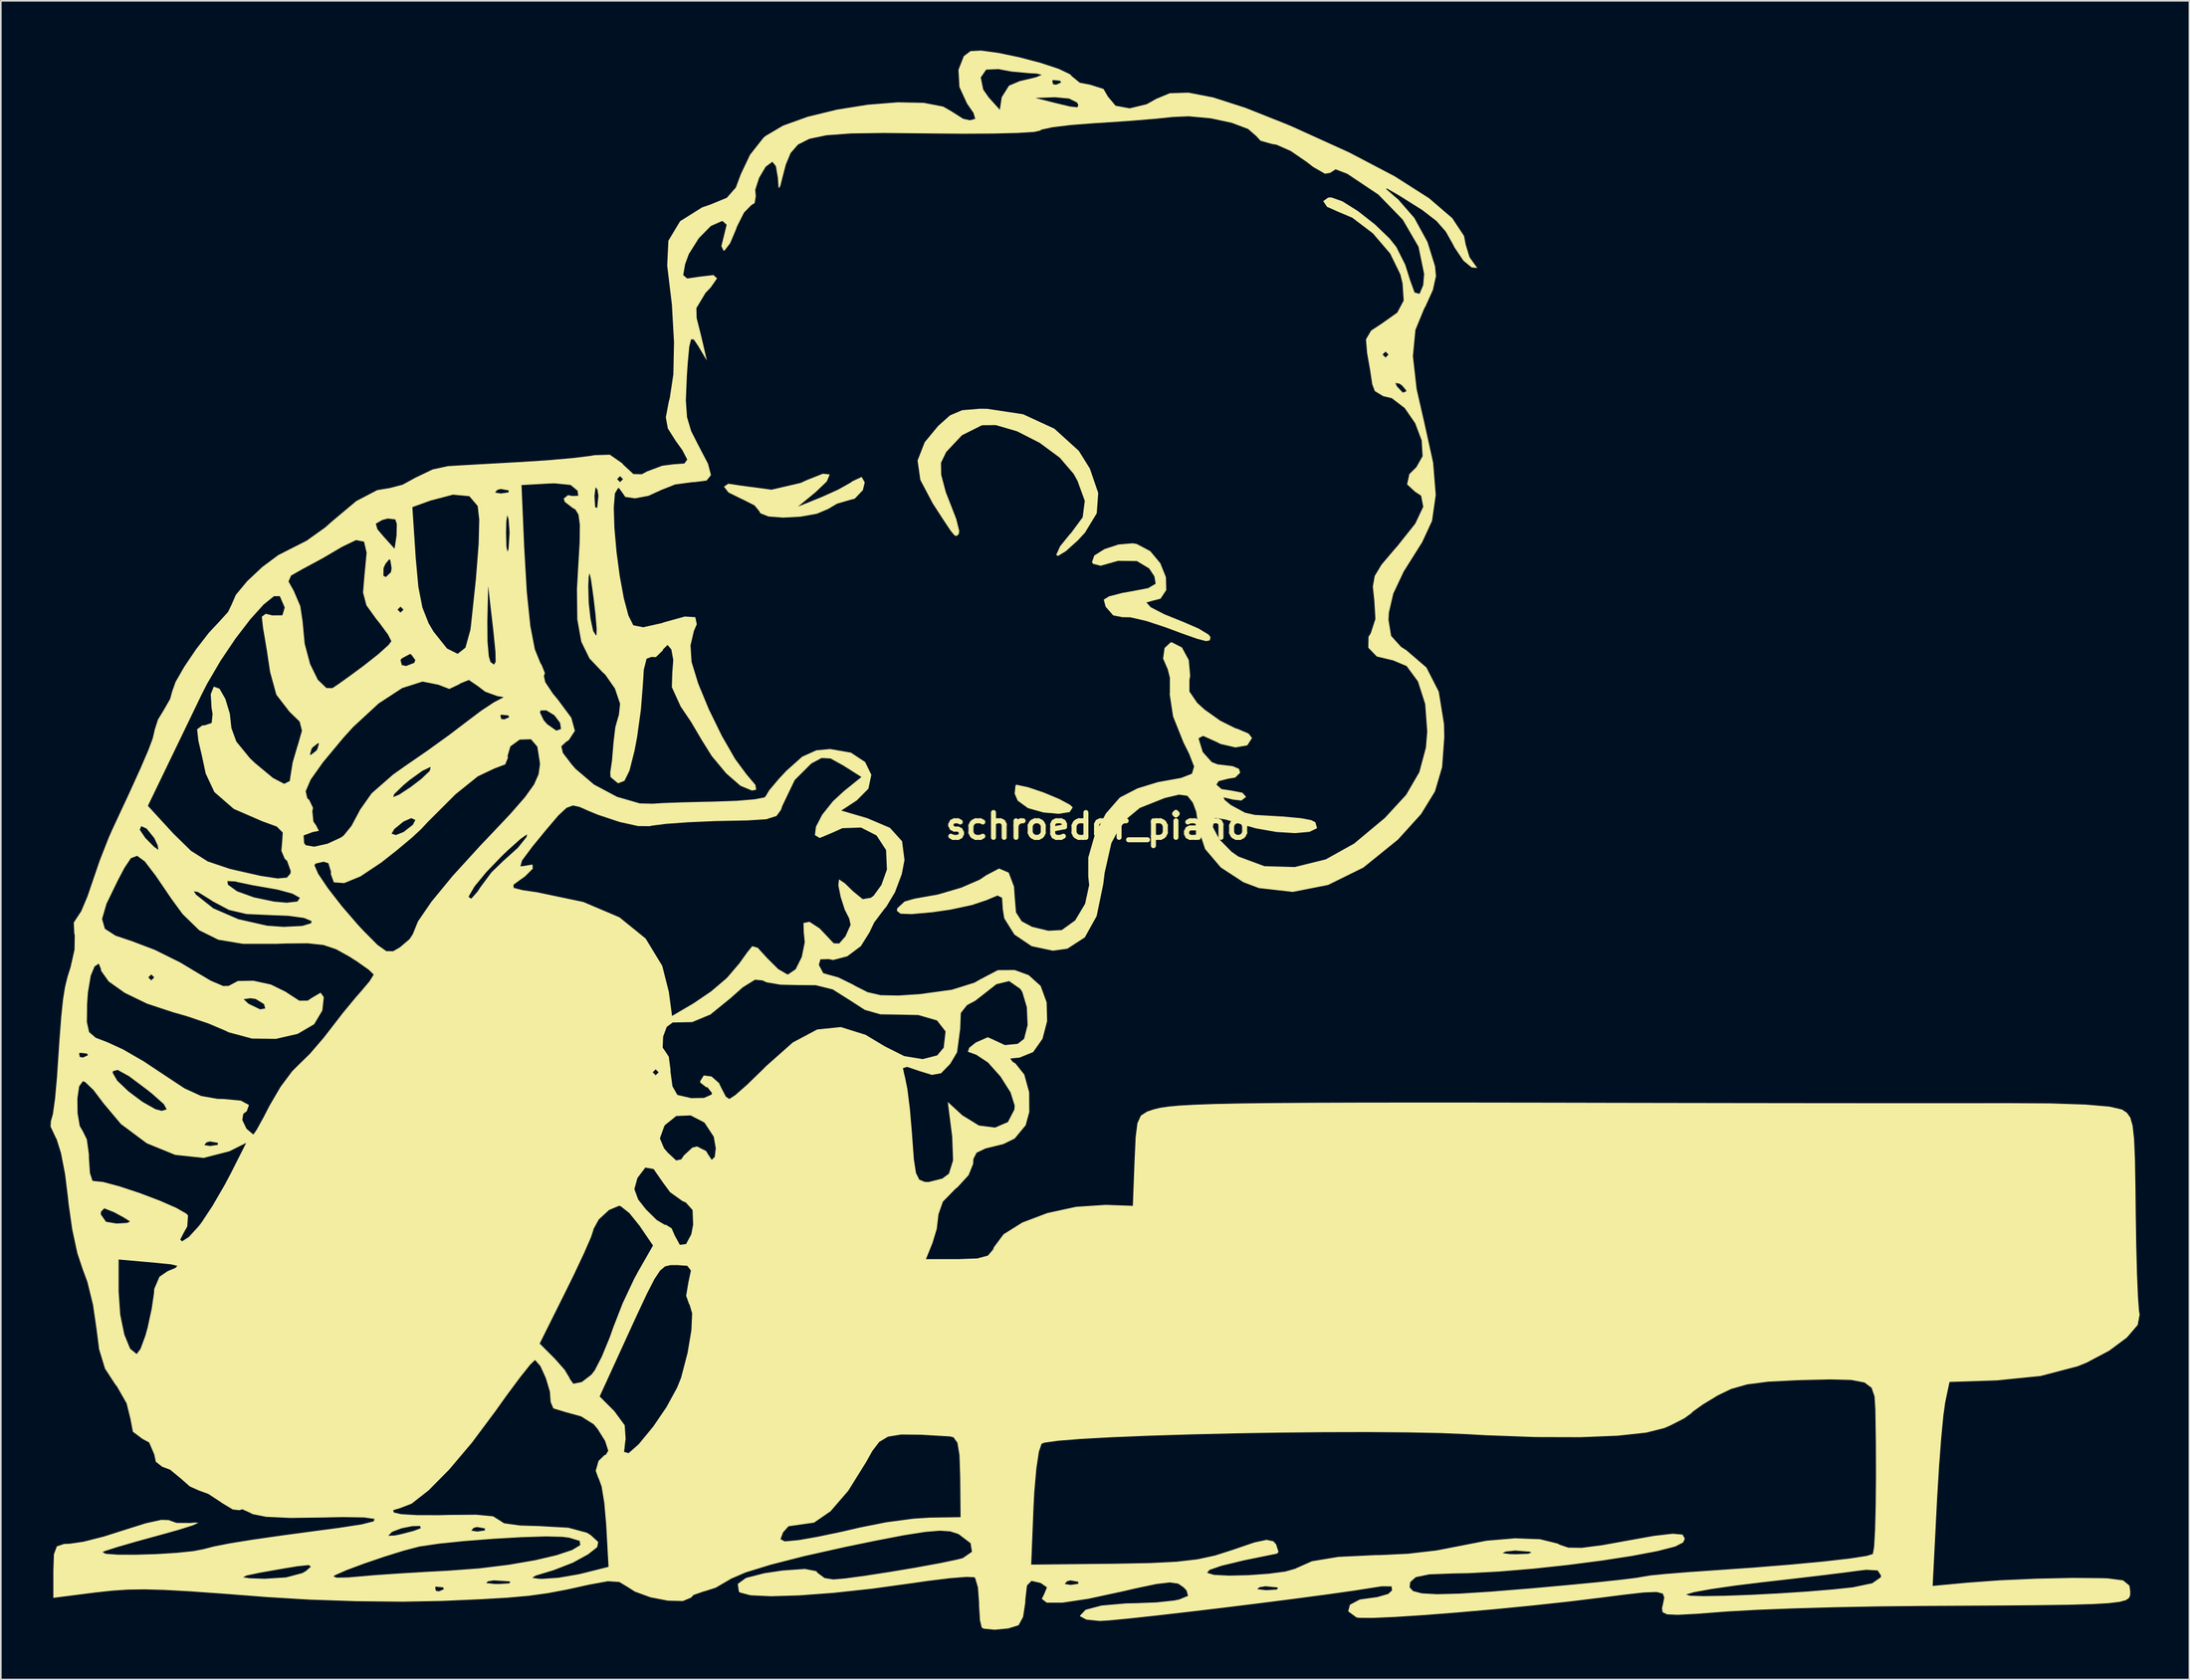
<source format=kicad_pcb>
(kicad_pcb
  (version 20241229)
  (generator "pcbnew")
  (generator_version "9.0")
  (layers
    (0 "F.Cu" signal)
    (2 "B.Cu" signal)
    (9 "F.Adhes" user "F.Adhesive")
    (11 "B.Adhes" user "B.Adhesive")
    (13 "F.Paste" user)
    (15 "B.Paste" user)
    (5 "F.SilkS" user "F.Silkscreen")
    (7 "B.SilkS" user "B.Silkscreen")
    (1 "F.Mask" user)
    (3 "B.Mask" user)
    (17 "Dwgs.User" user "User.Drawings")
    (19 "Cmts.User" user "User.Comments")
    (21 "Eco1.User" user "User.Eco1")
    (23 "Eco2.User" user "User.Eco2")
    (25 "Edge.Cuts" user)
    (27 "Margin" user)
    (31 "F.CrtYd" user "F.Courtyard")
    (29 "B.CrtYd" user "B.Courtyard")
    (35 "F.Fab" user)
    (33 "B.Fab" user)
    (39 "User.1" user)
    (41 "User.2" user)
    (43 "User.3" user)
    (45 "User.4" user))
  (footprint "schroeder_piano"
    (layer "F.Cu")
    (at 63.13 46.776)
    (property "Reference" "schroeder_piano" (at 0 0 0) (layer "F.SilkS") (effects (font (size 1.5 1.5) (thickness 0.3))))
    (attr board_only exclude_from_pos_files exclude_from_bom)
    (fp_poly (pts (xy -4.206 -2.348) (xy -3.255 -2.026) (xy -2.322 -1.636) (xy -1.665 -1.282) (xy -1.509 -1.129) (xy -1.696 -0.847) (xy -2.356 -0.744) (xy -3.268 -0.823) (xy -4.204 -1.084) (xy -4.826 -1.536) (xy -5.008 -1.956) (xy -4.961 -2.438) (xy -4.919 -2.499)) (stroke (width 0) (type solid)) (fill yes) (layer "F.SilkS"))
    (fp_poly (pts (xy -16.157 -21.211) (xy -16.335 -20.789) (xy -16.993 -20.158) (xy -18.066 -19.273) (xy -16.663 -19.84) (xy -15.659 -20.292) (xy -14.9 -20.717) (xy -14.776 -20.808) (xy -14.233 -21.06) (xy -14.047 -20.733) (xy -14.161 -20.264) (xy -14.649 -19.75) (xy -14.974 -19.665) (xy -15.715 -19.448) (xy -16.256 -19.128) (xy -16.931 -18.842) (xy -17.909 -18.666) (xy -18.958 -18.607) (xy -19.849 -18.675) (xy -20.351 -18.876) (xy -20.392 -18.979) (xy -20.693 -19.345) (xy -21.423 -19.715) (xy -21.465 -19.73) (xy -22.26 -20.122) (xy -22.534 -20.475) (xy -22.273 -20.652) (xy -21.554 -20.543) (xy -19.672 -20.291) (xy -17.907 -20.701) (xy -17.528 -20.876) (xy -16.567 -21.256)) (stroke (width 0) (type solid)) (fill yes) (layer "F.SilkS"))
    (fp_poly (pts (xy 2.347 -17.019) (xy 3.168 -16.584) (xy 3.773 -15.855) (xy 4.11 -15.014) (xy 4.131 -14.241) (xy 3.784 -13.717) (xy 3.303 -13.594) (xy 2.935 -13.491) (xy 3.191 -13.205) (xy 4.014 -12.778) (xy 5.098 -12.341) (xy 6.067 -11.924) (xy 6.683 -11.553) (xy 6.797 -11.399) (xy 6.754 -11.203) (xy 6.532 -11.159) (xy 5.999 -11.296) (xy 5.018 -11.643) (xy 4.115 -11.981) (xy 2.925 -12.374) (xy 1.963 -12.595) (xy 1.485 -12.602) (xy 0.934 -12.709) (xy 0.475 -13.233) (xy 0.363 -13.662) (xy 0.678 -13.856) (xy 1.481 -14.065) (xy 1.968 -14.15) (xy 3.039 -14.354) (xy 3.491 -14.62) (xy 3.416 -15.064) (xy 3.099 -15.543) (xy 2.362 -15.986) (xy 1.228 -16.001) (xy 0.179 -15.705) (xy -0.282 -15.821) (xy -0.348 -15.92) (xy -0.209 -16.321) (xy 0.404 -16.708) (xy 1.253 -16.987) (xy 2.104 -17.058)) (stroke (width 0) (type solid)) (fill yes) (layer "F.SilkS"))
    (fp_poly (pts (xy -6.674 -25.17) (xy -4.502 -24.842) (xy -2.615 -23.971) (xy -1.142 -22.635) (xy -0.475 -21.565) (xy 0.029 -20.093) (xy -0.059 -18.87) (xy -0.773 -17.696) (xy -1.207 -17.228) (xy -1.928 -16.58) (xy -2.399 -16.295) (xy -2.504 -16.357) (xy -2.27 -16.877) (xy -1.698 -17.586) (xy -1.61 -17.676) (xy -0.908 -18.628) (xy -0.781 -19.62) (xy -1.222 -20.829) (xy -1.459 -21.253) (xy -2.294 -22.226) (xy -3.503 -23.119) (xy -4.861 -23.812) (xy -6.145 -24.188) (xy -6.981 -24.179) (xy -8.186 -23.576) (xy -9.136 -22.566) (xy -9.451 -21.916) (xy -9.439 -21.197) (xy -9.16 -20.139) (xy -8.919 -19.526) (xy -8.532 -18.53) (xy -8.354 -17.821) (xy -8.377 -17.619) (xy -8.499 -17.502) (xy -8.631 -17.531) (xy -8.871 -17.822) (xy -9.319 -18.494) (xy -9.944 -19.46) (xy -10.695 -20.88) (xy -10.862 -22.051) (xy -10.432 -23.154) (xy -9.621 -24.136) (xy -8.905 -24.775) (xy -8.174 -25.085) (xy -7.13 -25.173)) (stroke (width 0) (type solid)) (fill yes) (layer "F.SilkS"))
    (fp_poly (pts (xy -5.978 -46.633) (xy -4.708 -46.366) (xy -3.428 -46.028) (xy -2.346 -45.67) (xy -1.666 -45.343) (xy -1.544 -45.213) (xy -1.08 -44.834) (xy -0.465 -44.718) (xy 0.347 -44.461) (xy 0.612 -44.003) (xy 1.073 -43.449) (xy 1.924 -43.291) (xy 2.949 -43.539) (xy 3.522 -43.861) (xy 4.345 -44.203) (xy 5.465 -44.238) (xy 6.958 -43.95) (xy 8.899 -43.324) (xy 11.364 -42.344) (xy 11.78 -42.167) (xy 15.166 -40.628) (xy 17.901 -39.193) (xy 19.973 -37.871) (xy 21.371 -36.669) (xy 22.084 -35.593) (xy 22.18 -35.082) (xy 22.414 -34.312) (xy 22.627 -34.013) (xy 22.881 -33.667) (xy 22.563 -33.691) (xy 22.538 -33.699) (xy 22.045 -34.105) (xy 21.506 -34.907) (xy 21.399 -35.118) (xy 20.977 -35.866) (xy 20.42 -36.498) (xy 19.57 -37.154) (xy 18.271 -37.972) (xy 17.977 -38.148) (xy 17.423 -38.464) (xy 17.389 -38.423) (xy 17.89 -37.984) (xy 18.114 -37.797) (xy 19.086 -36.681) (xy 19.879 -35.23) (xy 20.336 -33.761) (xy 20.39 -33.174) (xy 20.206 -32.34) (xy 19.755 -31.342) (xy 19.675 -31.205) (xy 19.151 -29.925) (xy 19.001 -28.346) (xy 19.225 -26.355) (xy 19.684 -24.351) (xy 20.22 -21.918) (xy 20.377 -19.977) (xy 20.154 -18.411) (xy 19.548 -17.103) (xy 19.501 -17.033) (xy 18.444 -15.353) (xy 17.817 -14.021) (xy 17.551 -12.875) (xy 17.53 -12.437) (xy 17.686 -11.476) (xy 18.284 -10.814) (xy 18.605 -10.609) (xy 19.813 -9.57) (xy 20.558 -8.112) (xy 20.875 -6.157) (xy 20.892 -5.366) (xy 20.762 -3.564) (xy 20.329 -2.093) (xy 19.491 -0.726) (xy 18.143 0.763) (xy 18.065 0.839) (xy 16.016 2.497) (xy 13.888 3.547) (xy 11.761 3.967) (xy 9.717 3.736) (xy 8.783 3.383) (xy 7.419 2.492) (xy 6.474 1.381) (xy 6.085 0.214) (xy 6.082 0.107) (xy 5.935 -0.871) (xy 5.729 -1.422) (xy 5.406 -1.829) (xy 4.902 -1.9) (xy 4.029 -1.692) (xy 2.534 -1.096) (xy 1.495 -0.235) (xy 0.821 1.022) (xy 0.418 2.805) (xy 0.33 3.507) (xy -0.065 5.423) (xy -0.78 6.711) (xy -1.83 7.39) (xy -2.697 7.513) (xy -3.98 7.243) (xy -5.023 6.54) (xy -5.637 5.56) (xy -5.724 5.01) (xy -5.769 4.321) (xy -6.042 4.185) (xy -6.708 4.466) (xy -7.594 4.761) (xy -8.878 5.036) (xy -9.971 5.194) (xy -11.22 5.306) (xy -11.891 5.281) (xy -12.109 5.107) (xy -12.089 4.959) (xy -11.646 4.548) (xy -11.062 4.378) (xy -9.636 4.124) (xy -8.232 3.712) (xy -7.118 3.23) (xy -6.721 2.962) (xy -5.949 2.556) (xy -5.368 2.803) (xy -5.048 3.648) (xy -5.008 4.238) (xy -4.929 5.202) (xy -4.585 5.739) (xy -3.962 6.071) (xy -2.978 6.31) (xy -2.169 6.268) (xy -1.361 5.686) (xy -0.762 4.683) (xy -0.517 3.551) (xy -0.572 3.028) (xy -0.571 1.893) (xy -0.181 0.536) (xy 0.484 -0.755) (xy 1.306 -1.697) (xy 1.381 -1.753) (xy 2.401 -2.278) (xy 3.618 -2.652) (xy 3.768 -2.68) (xy 5.029 -2.908) (xy 5.678 -3.161) (xy 5.809 -3.593) (xy 5.512 -4.36) (xy 5.173 -5.037) (xy 4.542 -6.614) (xy 4.34 -7.939) (xy 4.347 -8.066) (xy 4.348 -8.955) (xy 4.21 -9.501) (xy 4.193 -9.521) (xy 3.94 -10.105) (xy 4.028 -10.742) (xy 4.397 -11.085) (xy 4.459 -11.09) (xy 5.075 -10.778) (xy 5.487 -10.015) (xy 5.572 -9.063) (xy 5.528 -8.825) (xy 5.527 -8.12) (xy 5.996 -7.434) (xy 6.442 -7.029) (xy 7.387 -6.358) (xy 8.287 -5.909) (xy 8.435 -5.864) (xy 9.091 -5.584) (xy 9.301 -5.316) (xy 9.014 -4.874) (xy 8.305 -4.747) (xy 7.407 -4.955) (xy 7.095 -5.109) (xy 6.354 -5.444) (xy 6.089 -5.307) (xy 6.087 -5.26) (xy 6.33 -4.471) (xy 6.873 -3.863) (xy 7.229 -3.725) (xy 8.13 -3.619) (xy 8.515 -3.455) (xy 8.586 -3.22) (xy 8.286 -2.929) (xy 7.87 -2.862) (xy 7.289 -2.712) (xy 7.155 -2.504) (xy 7.461 -2.235) (xy 8.049 -2.146) (xy 8.721 -2.016) (xy 8.944 -1.765) (xy 8.656 -1.543) (xy 8.139 -1.604) (xy 7.584 -1.736) (xy 7.645 -1.585) (xy 8.028 -1.271) (xy 8.875 -0.813) (xy 9.459 -0.678) (xy 11.149 -0.58) (xy 12.245 -0.48) (xy 12.867 -0.364) (xy 13.119 -0.236) (xy 13.222 0.124) (xy 12.767 0.344) (xy 11.904 0.422) (xy 10.776 0.353) (xy 9.531 0.134) (xy 8.613 -0.129) (xy 7.699 -0.4) (xy 7.113 -0.492) (xy 7.028 -0.47) (xy 6.943 0.06) (xy 7.331 0.796) (xy 8.07 1.546) (xy 8.477 1.832) (xy 10.056 2.416) (xy 11.881 2.466) (xy 13.746 2.005) (xy 15.448 1.056) (xy 15.467 1.042) (xy 17.316 -0.5) (xy 18.594 -1.889) (xy 19.388 -3.255) (xy 19.783 -4.731) (xy 19.864 -5.706) (xy 19.741 -7.366) (xy 19.305 -8.727) (xy 18.622 -9.655) (xy 17.761 -10.016) (xy 17.717 -10.017) (xy 16.823 -10.233) (xy 16.312 -10.762) (xy 16.325 -11.424) (xy 16.458 -11.629) (xy 16.74 -12.494) (xy 16.672 -13.624) (xy 16.584 -14.446) (xy 16.698 -15.087) (xy 17.108 -15.77) (xy 17.908 -16.714) (xy 18.058 -16.88) (xy 19.147 -18.251) (xy 19.624 -19.265) (xy 19.494 -19.931) (xy 19.139 -20.163) (xy 18.65 -20.612) (xy 18.786 -21.231) (xy 19.209 -21.65) (xy 19.584 -22.315) (xy 19.529 -23.265) (xy 19.139 -24.298) (xy 18.507 -25.214) (xy 17.728 -25.811) (xy 17.213 -25.931) (xy 16.706 -26.237) (xy 16.548 -26.652) (xy 16.537 -26.728) (xy 17.945 -26.728) (xy 18.032 -26.529) (xy 18.392 -26.144) (xy 18.599 -26.223) (xy 18.603 -26.273) (xy 18.349 -26.576) (xy 18.19 -26.686) (xy 17.945 -26.728) (xy 16.537 -26.728) (xy 16.419 -27.518) (xy 16.255 -28.441) (xy 17.172 -28.441) (xy 17.351 -28.262) (xy 17.53 -28.441) (xy 17.351 -28.62) (xy 17.172 -28.441) (xy 16.255 -28.441) (xy 16.24 -28.524) (xy 16.171 -29.358) (xy 16.483 -29.888) (xy 17.127 -30.313) (xy 18.057 -30.971) (xy 18.444 -31.698) (xy 18.377 -32.73) (xy 18.244 -33.276) (xy 17.628 -34.537) (xy 16.585 -35.754) (xy 15.351 -36.692) (xy 14.482 -37.06) (xy 13.819 -37.355) (xy 13.595 -37.696) (xy 13.891 -37.908) (xy 14.077 -37.921) (xy 14.746 -37.686) (xy 15.695 -37.089) (xy 16.713 -36.288) (xy 17.592 -35.443) (xy 18 -34.931) (xy 18.536 -33.864) (xy 18.834 -32.917) (xy 19.101 -32.184) (xy 19.399 -32.103) (xy 19.622 -32.626) (xy 19.676 -33.306) (xy 19.339 -34.943) (xy 18.389 -36.578) (xy 16.92 -38.089) (xy 15.042 -39.345) (xy 14.34 -39.614) (xy 14.033 -39.415) (xy 14.028 -39.402) (xy 13.699 -39.349) (xy 12.994 -39.752) (xy 12.588 -40.066) (xy 11.642 -40.716) (xy 10.778 -41.098) (xy 10.51 -41.141) (xy 9.811 -41.339) (xy 9.549 -41.627) (xy 9.063 -42.048) (xy 8.078 -42.419) (xy 6.812 -42.69) (xy 5.481 -42.812) (xy 4.52 -42.77) (xy 3.47 -42.661) (xy 1.978 -42.539) (xy 0.319 -42.425) (xy -0.179 -42.396) (xy -1.61 -42.287) (xy -2.735 -42.15) (xy -3.39 -42.008) (xy -3.488 -41.945) (xy -3.856 -41.866) (xy -4.827 -41.807) (xy -6.288 -41.771) (xy -8.127 -41.76) (xy -10.231 -41.778) (xy -10.285 -41.779) (xy -12.899 -41.805) (xy -14.892 -41.777) (xy -16.357 -41.668) (xy -17.387 -41.453) (xy -18.076 -41.103) (xy -18.518 -40.594) (xy -18.806 -39.899) (xy -18.956 -39.326) (xy -19.148 -38.572) (xy -19.238 -38.478) (xy -19.279 -39.008) (xy -19.282 -39.084) (xy -19.402 -39.799) (xy -19.616 -40.068) (xy -20.019 -39.772) (xy -20.415 -39.101) (xy -20.648 -38.381) (xy -20.615 -37.993) (xy -20.684 -37.58) (xy -20.894 -37.447) (xy -21.326 -37.005) (xy -21.749 -36.162) (xy -21.814 -35.979) (xy -22.164 -35.153) (xy -22.496 -34.72) (xy -22.557 -34.701) (xy -22.689 -34.984) (xy -22.538 -35.596) (xy -22.372 -36.272) (xy -22.613 -36.488) (xy -22.663 -36.49) (xy -23.326 -36.194) (xy -24.053 -35.456) (xy -24.652 -34.503) (xy -24.875 -33.898) (xy -24.991 -33.232) (xy -24.752 -33.03) (xy -24.007 -33.138) (xy -23.168 -33.236) (xy -22.952 -33.035) (xy -23.339 -32.481) (xy -23.642 -32.166) (xy -24.197 -31.243) (xy -24.182 -30.646) (xy -23.932 -29.657) (xy -23.771 -28.977) (xy -23.566 -28.083) (xy -24.082 -28.95) (xy -24.346 -29.343) (xy -24.515 -29.365) (xy -24.627 -28.919) (xy -24.72 -27.905) (xy -24.77 -27.161) (xy -24.833 -25.686) (xy -24.76 -24.66) (xy -24.51 -23.821) (xy -24.098 -23.011) (xy -23.496 -21.856) (xy -23.318 -21.173) (xy -23.58 -20.843) (xy -24.3 -20.75) (xy -24.426 -20.749) (xy -25.481 -20.606) (xy -26.304 -20.279) (xy -27.089 -19.92) (xy -27.902 -19.77) (xy -28.486 -19.856) (xy -28.62 -20.056) (xy -28.86 -20.385) (xy -28.917 -20.392) (xy -29.109 -20.069) (xy -29.177 -19.211) (xy -29.139 -17.983) (xy -29.013 -16.553) (xy -28.818 -15.085) (xy -28.572 -13.746) (xy -28.294 -12.702) (xy -28.002 -12.118) (xy -27.999 -12.115) (xy -27.403 -11.995) (xy -26.296 -12.242) (xy -26.105 -12.306) (xy -24.892 -12.642) (xy -24.26 -12.602) (xy -24.174 -12.173) (xy -24.35 -11.763) (xy -24.551 -10.898) (xy -24.487 -9.906) (xy -24.092 -8.612) (xy -23.445 -7.045) (xy -22.664 -5.447) (xy -21.866 -4.057) (xy -21.182 -3.13) (xy -20.636 -2.484) (xy -20.594 -2.195) (xy -20.847 -2.146) (xy -21.537 -2.433) (xy -22.399 -3.182) (xy -23.267 -4.225) (xy -23.869 -5.187) (xy -24.517 -6.287) (xy -25.147 -7.22) (xy -25.675 -8.38) (xy -25.652 -9.205) (xy -25.591 -10.029) (xy -25.708 -10.659) (xy -25.933 -10.928) (xy -26.198 -10.67) (xy -26.231 -10.59) (xy -26.639 -10.195) (xy -26.907 -10.205) (xy -27.2 -10.098) (xy -27.366 -9.436) (xy -27.424 -8.513) (xy -27.54 -7.041) (xy -27.77 -5.376) (xy -27.924 -4.558) (xy -28.23 -3.348) (xy -28.534 -2.731) (xy -28.897 -2.591) (xy -28.94 -2.599) (xy -29.373 -2.962) (xy -29.39 -3.241) (xy -29.286 -3.939) (xy -29.202 -4.936) (xy -29.198 -5.009) (xy -29.082 -5.976) (xy -28.891 -6.645) (xy -28.872 -6.678) (xy -28.797 -7.379) (xy -29.106 -8.296) (xy -29.687 -9.131) (xy -29.858 -9.29) (xy -30.641 -10.114) (xy -31.135 -11.123) (xy -31.375 -12.463) (xy -31.397 -14.279) (xy -31.385 -14.489) (xy -30.714 -14.489) (xy -30.689 -13.481) (xy -30.579 -12.506) (xy -30.422 -11.775) (xy -30.252 -11.504) (xy -30.219 -11.523) (xy -30.209 -11.903) (xy -30.282 -12.787) (xy -30.397 -13.773) (xy -30.546 -14.85) (xy -30.638 -15.255) (xy -30.691 -15.027) (xy -30.714 -14.489) (xy -31.385 -14.489) (xy -31.332 -15.46) (xy -31.235 -17.105) (xy -31.222 -18.172) (xy -31.306 -18.793) (xy -31.496 -19.101) (xy -31.644 -19.183) (xy -32.128 -19.553) (xy -32.197 -19.753) (xy -32.07 -19.855) (xy -30.339 -19.855) (xy -30.3 -19.244) (xy -30.188 -19.19) (xy -30.174 -19.222) (xy -30.103 -19.932) (xy -30.161 -20.295) (xy -30.274 -20.441) (xy -30.336 -19.966) (xy -30.339 -19.855) (xy -32.07 -19.855) (xy -31.937 -19.963) (xy -31.679 -19.911) (xy -31.316 -19.927) (xy -31.36 -20.231) (xy -31.782 -20.578) (xy -32.75 -20.675) (xy -33.149 -20.66) (xy -34.739 -20.57) (xy -34.577 -16.814) (xy -34.42 -14.11) (xy -34.208 -12.074) (xy -33.935 -10.659) (xy -33.594 -9.821) (xy -33.535 -9.74) (xy -33.329 -9.231) (xy -33.39 -9.062) (xy -33.311 -8.689) (xy -32.855 -8) (xy -32.547 -7.628) (xy -31.737 -6.536) (xy -31.523 -5.747) (xy -31.891 -5.185) (xy -32.055 -5.081) (xy -32.339 -4.816) (xy -32.246 -4.418) (xy -31.718 -3.726) (xy -31.486 -3.458) (xy -30.369 -2.508) (xy -28.984 -1.77) (xy -27.606 -1.37) (xy -26.831 -1.352) (xy -26.244 -1.391) (xy -25.143 -1.432) (xy -23.728 -1.467) (xy -23.164 -1.478) (xy -21.768 -1.527) (xy -20.692 -1.617) (xy -20.1 -1.73) (xy -20.034 -1.783) (xy -19.804 -2.164) (xy -19.218 -2.86) (xy -18.764 -3.344) (xy -17.82 -4.187) (xy -16.967 -4.573) (xy -16.137 -4.651) (xy -14.878 -4.432) (xy -14.025 -3.868) (xy -13.65 -3.098) (xy -13.825 -2.26) (xy -14.528 -1.551) (xy -15.461 -0.94) (xy -13.902 -0.483) (xy -12.526 0.102) (xy -11.796 0.912) (xy -11.651 2.043) (xy -11.814 2.893) (xy -12.224 3.985) (xy -12.749 4.864) (xy -12.862 4.992) (xy -13.478 5.81) (xy -13.765 6.414) (xy -14.282 7.238) (xy -15.101 7.85) (xy -15.951 8.073) (xy -16.227 8.019) (xy -16.72 8.034) (xy -16.814 8.369) (xy -16.548 8.867) (xy -16.286 8.944) (xy -15.647 9.12) (xy -14.758 9.555) (xy -14.6 9.648) (xy -13.874 10.015) (xy -13.091 10.195) (xy -12.02 10.216) (xy -10.745 10.133) (xy -8.795 9.867) (xy -7.436 9.442) (xy -7.1 9.25) (xy -6.022 8.685) (xy -5.007 8.679) (xy -4.163 8.987) (xy -3.443 9.637) (xy -3.081 10.628) (xy -3.051 11.758) (xy -3.33 12.825) (xy -3.894 13.627) (xy -4.719 13.962) (xy -4.749 13.963) (xy -5.274 14.014) (xy -5.139 14.206) (xy -4.96 14.316) (xy -4.428 14.983) (xy -4.135 16.052) (xy -4.127 17.234) (xy -4.345 18.038) (xy -5.008 18.842) (xy -5.696 19.178) (xy -6.766 19.44) (xy -7.307 19.699) (xy -7.495 20.071) (xy -7.513 20.37) (xy -7.784 21.046) (xy -8.449 21.773) (xy -8.577 21.872) (xy -9.336 22.649) (xy -9.601 23.404) (xy -9.705 24.291) (xy -9.959 25.132) (xy -10.357 26.115) (xy -8.422 26.115) (xy -7.261 26.073) (xy -6.622 25.902) (xy -6.313 25.54) (xy -6.259 25.394) (xy -5.676 24.614) (xy -4.545 23.906) (xy -3.034 23.334) (xy -1.308 22.959) (xy 0.464 22.843) (xy 0.611 22.847) (xy 2.116 22.9) (xy 2.221 20.15) (xy 2.285 18.761) (xy 2.391 17.92) (xy 2.6 17.46) (xy 2.979 17.214) (xy 3.399 17.075) (xy 3.755 16.989) (xy 4.251 16.915) (xy 4.934 16.853) (xy 5.856 16.801) (xy 7.064 16.758) (xy 8.61 16.725) (xy 10.541 16.701) (xy 12.908 16.684) (xy 15.76 16.674) (xy 19.146 16.67) (xy 23.117 16.672) (xy 27.721 16.679) (xy 31.124 16.687) (xy 34.849 16.694) (xy 38.576 16.7) (xy 42.199 16.705) (xy 45.611 16.708) (xy 48.707 16.71) (xy 51.38 16.71) (xy 53.524 16.708) (xy 54.735 16.705) (xy 57.465 16.722) (xy 59.56 16.793) (xy 60.996 16.916) (xy 61.744 17.09) (xy 61.759 17.097) (xy 62.045 17.288) (xy 62.25 17.576) (xy 62.39 18.073) (xy 62.479 18.889) (xy 62.532 20.134) (xy 62.563 21.919) (xy 62.577 23.249) (xy 62.607 25.23) (xy 62.653 26.974) (xy 62.71 28.351) (xy 62.773 29.226) (xy 62.812 29.457) (xy 62.697 30.082) (xy 62.041 30.846) (xy 60.974 31.639) (xy 59.625 32.353) (xy 59.081 32.575) (xy 56.846 33.162) (xy 54.209 33.428) (xy 54.206 33.428) (xy 51.351 33.522) (xy 51.094 34.738) (xy 50.981 35.544) (xy 50.852 36.89) (xy 50.722 38.602) (xy 50.606 40.505) (xy 50.586 40.889) (xy 50.334 45.824) (xy 52.445 45.627) (xy 54.394 45.485) (xy 56.598 45.387) (xy 58.757 45.341) (xy 60.571 45.357) (xy 60.906 45.37) (xy 61.814 45.489) (xy 62.195 45.802) (xy 62.248 46.149) (xy 62.243 46.366) (xy 62.181 46.541) (xy 61.992 46.679) (xy 61.607 46.785) (xy 60.955 46.864) (xy 59.968 46.92) (xy 58.574 46.96) (xy 56.705 46.987) (xy 54.291 47.007) (xy 51.261 47.024) (xy 49.727 47.032) (xy 47.1 47.059) (xy 44.441 47.11) (xy 41.927 47.181) (xy 39.736 47.266) (xy 38.046 47.36) (xy 37.776 47.379) (xy 36.07 47.509) (xy 34.96 47.567) (xy 34.326 47.539) (xy 34.052 47.41) (xy 34.019 47.166) (xy 34.076 46.917) (xy 34.154 46.525) (xy 34.086 46.345) (xy 35.476 46.345) (xy 35.717 46.417) (xy 36.533 46.44) (xy 37.781 46.42) (xy 39.324 46.364) (xy 41.02 46.277) (xy 42.731 46.166) (xy 44.315 46.036) (xy 45.523 45.909) (xy 46.692 45.663) (xy 47.203 45.305) (xy 47.223 45.205) (xy 47.022 44.892) (xy 46.332 44.851) (xy 45.881 44.905) (xy 44.998 45.022) (xy 43.599 45.193) (xy 41.881 45.396) (xy 40.126 45.596) (xy 38.421 45.805) (xy 36.982 46.014) (xy 35.954 46.199) (xy 35.484 46.338) (xy 35.476 46.345) (xy 34.086 46.345) (xy 34.064 46.287) (xy 33.689 46.189) (xy 32.915 46.219) (xy 31.625 46.366) (xy 30.408 46.523) (xy 28.418 46.766) (xy 26.229 47.003) (xy 23.964 47.225) (xy 21.744 47.42) (xy 19.691 47.581) (xy 17.928 47.695) (xy 16.576 47.755) (xy 15.758 47.749) (xy 15.596 47.723) (xy 15.1 47.356) (xy 15.202 46.961) (xy 15.797 46.644) (xy 16.779 46.507) (xy 16.822 46.507) (xy 17.514 46.307) (xy 17.743 46.093) (xy 17.713 45.853) (xy 17.121 45.847) (xy 16.601 45.927) (xy 15.505 46.1) (xy 13.925 46.324) (xy 11.997 46.581) (xy 9.856 46.855) (xy 7.635 47.13) (xy 5.471 47.388) (xy 3.497 47.615) (xy 1.85 47.793) (xy 0.663 47.906) (xy 0.119 47.938) (xy -0.684 47.855) (xy -1.068 47.652) (xy -1.073 47.622) (xy -0.733 47.263) (xy 0.225 47.008) (xy 1.709 46.877) (xy 2.325 46.865) (xy 3.549 46.817) (xy 4.587 46.707) (xy 4.906 46.643) (xy 5.444 46.422) (xy 5.351 46.094) (xy 5.277 46.015) (xy 9.61 46.015) (xy 10.085 46.077) (xy 10.196 46.08) (xy 10.807 46.041) (xy 10.861 45.929) (xy 10.829 45.915) (xy 10.118 45.844) (xy 9.755 45.901) (xy 9.61 46.015) (xy 5.277 46.015) (xy 5.184 45.916) (xy 4.849 45.686) (xy 4.35 45.614) (xy 3.533 45.709) (xy 2.242 45.981) (xy 1.591 46.134) (xy -0.569 46.6) (xy -2.131 46.835) (xy -3.073 46.835) (xy -3.373 46.602) (xy -3.254 46.37) (xy -3.061 45.91) (xy -3.354 45.706) (xy -1.991 45.706) (xy -1.64 45.763) (xy -1.176 45.698) (xy -1.17 45.575) (xy -1.649 45.49) (xy -1.856 45.547) (xy -1.991 45.706) (xy -3.354 45.706) (xy -3.441 45.646) (xy -3.996 45.52) (xy -4.267 45.8) (xy -4.363 46.628) (xy -4.371 46.841) (xy -4.502 47.697) (xy -4.773 48.193) (xy -4.777 48.195) (xy -5.4 48.389) (xy -6.225 48.466) (xy -6.874 48.402) (xy -6.993 48.338) (xy -7.098 47.909) (xy -7.153 47.051) (xy -7.155 46.826) (xy -7.223 45.908) (xy -7.391 45.349) (xy -7.437 45.302) (xy -7.892 45.278) (xy -8.882 45.356) (xy -10.239 45.521) (xy -11.104 45.646) (xy -13.6 45.991) (xy -15.934 46.243) (xy -18.003 46.396) (xy -19.702 46.447) (xy -20.929 46.39) (xy -21.578 46.219) (xy -21.637 46.16) (xy -21.7 45.701) (xy -21.207 45.343) (xy -20.098 45.058) (xy -19.007 44.896) (xy -17.656 44.8) (xy -16.972 44.933) (xy -16.886 45.041) (xy -16.469 45.35) (xy -15.937 45.434) (xy -15.216 45.371) (xy -14.005 45.208) (xy -12.515 44.977) (xy -10.958 44.716) (xy -9.994 44.539) (xy -4.011 44.539) (xy 0.988 44.486) (xy 3.146 44.446) (xy 4.763 44.364) (xy 6.014 44.219) (xy 7.073 43.99) (xy 8.116 43.657) (xy 8.213 43.622) (xy 9.444 43.202) (xy 10.18 43.045) (xy 10.586 43.132) (xy 10.753 43.317) (xy 10.898 43.773) (xy 10.81 43.874) (xy 8.799 44.285) (xy 7.455 44.61) (xy 6.736 44.859) (xy 6.592 45.033) (xy 7.014 45.159) (xy 7.922 45.203) (xy 9.091 45.176) (xy 10.296 45.09) (xy 11.314 44.956) (xy 11.919 44.785) (xy 11.956 44.761) (xy 12.913 44.336) (xy 14.505 44.072) (xy 16.763 43.965) (xy 17.045 43.963) (xy 18.716 43.882) (xy 19.045 43.844) (xy 24.401 43.844) (xy 24.831 43.903) (xy 25.221 43.913) (xy 25.957 43.884) (xy 26.147 43.803) (xy 26.03 43.757) (xy 25.171 43.69) (xy 24.599 43.75) (xy 24.401 43.844) (xy 19.045 43.844) (xy 20.425 43.685) (xy 21.689 43.439) (xy 23.439 43.097) (xy 25.166 42.952) (xy 26.664 43.008) (xy 27.724 43.269) (xy 27.858 43.342) (xy 28.368 43.515) (xy 29.18 43.526) (xy 30.435 43.364) (xy 31.801 43.116) (xy 33.542 42.804) (xy 34.668 42.675) (xy 35.259 42.731) (xy 35.392 42.975) (xy 35.29 43.203) (xy 34.818 43.446) (xy 33.761 43.72) (xy 32.249 44.008) (xy 30.409 44.293) (xy 28.371 44.558) (xy 26.264 44.785) (xy 24.216 44.956) (xy 22.357 45.056) (xy 21.414 45.073) (xy 19.995 45.126) (xy 19.173 45.295) (xy 18.84 45.591) (xy 18.801 45.907) (xy 19.009 46.134) (xy 19.532 46.272) (xy 20.439 46.324) (xy 21.799 46.29) (xy 23.68 46.171) (xy 26.152 45.97) (xy 28.438 45.764) (xy 30.113 45.603) (xy 31.514 45.454) (xy 32.494 45.334) (xy 32.909 45.26) (xy 32.91 45.259) (xy 33.321 45.192) (xy 34.289 45.097) (xy 35.657 44.988) (xy 36.848 44.906) (xy 39.451 44.725) (xy 41.796 44.536) (xy 43.791 44.348) (xy 45.341 44.171) (xy 46.354 44.015) (xy 46.728 43.901) (xy 46.804 43.481) (xy 46.862 42.472) (xy 46.901 41) (xy 46.918 39.193) (xy 46.911 37.175) (xy 46.88 35.17) (xy 46.832 34.396) (xy 46.652 33.872) (xy 46.224 33.555) (xy 45.432 33.402) (xy 44.161 33.37) (xy 42.295 33.413) (xy 42.214 33.416) (xy 40.428 33.505) (xy 39.15 33.67) (xy 38.175 33.949) (xy 37.385 34.331) (xy 36.488 34.875) (xy 35.886 35.305) (xy 35.775 35.418) (xy 35.359 35.718) (xy 34.531 36.14) (xy 34.165 36.301) (xy 33.062 36.58) (xy 31.343 36.765) (xy 29.098 36.855) (xy 26.422 36.847) (xy 23.406 36.737) (xy 22.359 36.678) (xy 20.707 36.607) (xy 18.643 36.564) (xy 16.263 36.546) (xy 13.666 36.552) (xy 10.949 36.579) (xy 8.21 36.625) (xy 5.547 36.689) (xy 3.057 36.767) (xy 0.839 36.858) (xy -1.011 36.959) (xy -2.394 37.069) (xy -3.212 37.184) (xy -3.386 37.249) (xy -3.548 37.728) (xy -3.701 38.748) (xy -3.823 40.138) (xy -3.871 41.057) (xy -4.011 44.539) (xy -9.994 44.539) (xy -9.544 44.457) (xy -8.487 44.237) (xy -8.139 44.147) (xy -7.583 43.765) (xy -7.667 43.247) (xy -8.364 42.717) (xy -8.449 42.676) (xy -8.9 42.534) (xy -9.516 42.493) (xy -10.408 42.567) (xy -11.686 42.768) (xy -13.462 43.111) (xy -15.289 43.489) (xy -17.727 44.035) (xy -19.736 44.55) (xy -21.226 45.01) (xy -22.112 45.39) (xy -22.192 45.442) (xy -23.031 45.931) (xy -23.708 46.149) (xy -23.735 46.149) (xy -24.369 46.37) (xy -24.521 46.532) (xy -25.014 46.736) (xy -25.914 46.714) (xy -26.963 46.511) (xy -27.903 46.168) (xy -28.334 45.892) (xy -28.845 45.585) (xy -29.538 45.542) (xy -30.659 45.747) (xy -32.008 46.045) (xy -33.16 46.262) (xy -34.297 46.419) (xy -35.599 46.535) (xy -37.248 46.63) (xy -39.423 46.725) (xy -39.531 46.73) (xy -41.918 46.775) (xy -44.689 46.746) (xy -47.516 46.651) (xy -50.073 46.497) (xy -50.085 46.496) (xy -52.686 46.295) (xy -54.701 46.152) (xy -56.256 46.066) (xy -57.479 46.032) (xy -58.496 46.048) (xy -59.434 46.112) (xy -60.419 46.219) (xy -60.727 46.258) (xy -62.963 46.543) (xy -62.963 45.911) (xy -39.948 45.911) (xy -39.899 46.123) (xy -39.71 46.149) (xy -39.415 46.018) (xy -39.471 45.911) (xy -39.896 45.868) (xy -39.948 45.911) (xy -62.963 45.911) (xy -62.963 45.649) (xy -36.87 45.649) (xy -36.375 45.705) (xy -36.132 45.709) (xy -35.482 45.671) (xy -35.405 45.578) (xy -35.506 45.545) (xy -36.414 45.489) (xy -36.758 45.545) (xy -36.87 45.649) (xy -62.963 45.649) (xy -62.963 45.303) (xy -51.523 45.303) (xy -51.138 45.361) (xy -50.242 45.392) (xy -48.947 45.313) (xy -48.696 45.247) (xy -46.082 45.247) (xy -45.885 45.327) (xy -45.168 45.311) (xy -44.69 45.269) (xy -43.66 45.18) (xy -42.149 45.076) (xy -40.391 44.971) (xy -39.194 44.908) (xy -37.282 44.767) (xy -35.496 44.547) (xy -33.916 44.274) (xy -32.621 43.97) (xy -31.689 43.659) (xy -31.199 43.364) (xy -31.23 43.109) (xy -31.861 42.916) (xy -32.287 42.863) (xy -33.263 42.839) (xy -34.722 42.884) (xy -36.437 42.982) (xy -38.181 43.118) (xy -39.726 43.276) (xy -40.844 43.441) (xy -40.932 43.458) (xy -41.841 43.697) (xy -43.014 44.062) (xy -44.236 44.479) (xy -45.291 44.873) (xy -45.965 45.17) (xy -46.082 45.247) (xy -48.696 45.247) (xy -47.958 45.052) (xy -47.745 44.931) (xy -47.436 44.661) (xy -47.566 44.567) (xy -48.233 44.636) (xy -49.018 44.764) (xy -50.505 45.026) (xy -51.326 45.198) (xy -51.523 45.303) (xy -62.963 45.303) (xy -62.963 44.915) (xy -62.93 43.916) (xy -62.753 43.44) (xy -62.316 43.291) (xy -61.98 43.28) (xy -61.146 43.158) (xy -59.915 42.845) (xy -58.581 42.42) (xy -57.375 42.041) (xy -56.452 41.839) (xy -55.994 41.853) (xy -55.981 41.867) (xy -55.539 42.022) (xy -54.683 42.026) (xy -54.46 42.003) (xy -54.211 42.016) (xy -54.575 42.178) (xy -55.475 42.46) (xy -56.496 42.745) (xy -57.947 43.144) (xy -59.114 43.482) (xy -59.841 43.714) (xy -60.001 43.783) (xy -59.806 43.887) (xy -59.081 43.939) (xy -58.008 43.943) (xy -56.768 43.906) (xy -55.545 43.831) (xy -54.521 43.725) (xy -53.948 43.615) (xy -53.264 43.441) (xy -52.318 43.256) (xy -51.007 43.044) (xy -49.323 42.802) (xy -42.774 42.802) (xy -42.359 42.779) (xy -42.035 42.711) (xy -41.234 42.504) (xy -41.188 42.486) (xy -37.766 42.486) (xy -37.414 42.544) (xy -36.95 42.478) (xy -36.945 42.356) (xy -37.424 42.27) (xy -37.63 42.327) (xy -37.766 42.486) (xy -41.188 42.486) (xy -40.813 42.343) (xy -40.813 42.343) (xy -40.856 42.207) (xy -41.328 42.22) (xy -41.967 42.347) (xy -42.511 42.551) (xy -42.572 42.588) (xy -42.774 42.802) (xy -49.323 42.802) (xy -49.229 42.788) (xy -46.882 42.473) (xy -45.792 42.33) (xy -44.368 42.111) (xy -43.644 41.925) (xy -43.604 41.782) (xy -44.232 41.694) (xy -45.513 41.672) (xy -46.667 41.697) (xy -48.696 41.724) (xy -50.144 41.655) (xy -50.954 41.493) (xy -51.058 41.433) (xy -51.451 41.255) (xy -42.477 41.255) (xy -42.438 41.394) (xy -41.987 41.498) (xy -41.004 41.555) (xy -39.673 41.556) (xy -39.159 41.542) (xy -37.462 41.529) (xy -36.45 41.628) (xy -36.132 41.826) (xy -35.792 42.046) (xy -34.832 42.18) (xy -33.697 42.214) (xy -31.921 42.313) (xy -30.8 42.615) (xy -30.566 42.76) (xy -30.114 43.173) (xy -30.178 43.489) (xy -30.732 43.923) (xy -31.647 44.424) (xy -32.814 44.878) (xy -33.057 44.951) (xy -33.898 45.206) (xy -34.093 45.336) (xy -33.692 45.392) (xy -33.518 45.399) (xy -32.517 45.332) (xy -31.293 45.122) (xy -31.004 45.053) (xy -29.493 44.673) (xy -29.586 43.005) (xy -19.124 43.005) (xy -18.87 43.139) (xy -18.07 43.065) (xy -17.977 43.052) (xy -16.901 42.863) (xy -15.478 42.566) (xy -14.31 42.296) (xy -12.741 41.984) (xy -11.117 41.768) (xy -10.127 41.704) (xy -8.27 41.677) (xy -8.292 39.263) (xy -8.335 37.94) (xy -8.459 37.188) (xy -8.697 36.861) (xy -8.897 36.81) (xy -10.659 36.705) (xy -11.858 36.694) (xy -12.645 36.823) (xy -13.172 37.138) (xy -13.59 37.686) (xy -13.972 38.367) (xy -15.041 40.084) (xy -16.11 41.322) (xy -17.104 42.007) (xy -17.811 42.107) (xy -18.644 42.226) (xy -18.974 42.597) (xy -19.124 43.005) (xy -29.586 43.005) (xy -29.636 42.102) (xy -29.749 40.813) (xy -29.911 39.824) (xy -30.09 39.336) (xy -30.106 39.324) (xy -30.264 38.882) (xy -30.097 38.284) (xy -29.73 37.929) (xy -29.666 37.921) (xy -29.51 37.673) (xy -29.702 37.077) (xy -30.156 36.351) (xy -30.39 36.074) (xy -31.148 35.597) (xy -32.018 35.359) (xy -32.818 35.119) (xy -32.983 34.733) (xy -33.007 34.397) (xy -30.029 34.397) (xy -29.144 35.283) (xy -28.517 36.137) (xy -28.461 36.976) (xy -28.477 37.045) (xy -28.555 37.741) (xy -28.285 37.817) (xy -27.675 37.278) (xy -26.794 36.207) (xy -26.001 35.041) (xy -25.361 33.87) (xy -25.119 33.27) (xy -24.727 31.765) (xy -24.499 30.412) (xy -24.453 29.382) (xy -24.61 28.847) (xy -24.633 28.83) (xy -24.814 28.326) (xy -24.683 27.542) (xy -24.526 26.801) (xy -24.746 26.517) (xy -25.365 26.473) (xy -25.769 26.477) (xy -26.087 26.554) (xy -26.383 26.801) (xy -26.725 27.316) (xy -27.177 28.196) (xy -27.806 29.538) (xy -28.585 31.24) (xy -30.029 34.397) (xy -33.007 34.397) (xy -33.027 34.114) (xy -33.27 33.296) (xy -33.6 32.566) (xy -33.909 32.214) (xy -33.94 32.211) (xy -34.226 32.491) (xy -34.821 33.238) (xy -35.631 34.328) (xy -36.311 35.282) (xy -37.729 37.184) (xy -39.098 38.803) (xy -40.338 40.058) (xy -41.366 40.864) (xy -42.087 41.141) (xy -42.477 41.255) (xy -51.451 41.255) (xy -51.569 41.201) (xy -51.751 41.257) (xy -52.148 41.213) (xy -52.816 40.809) (xy -52.864 40.771) (xy -53.621 40.275) (xy -54.19 40.068) (xy -54.191 40.068) (xy -54.737 39.824) (xy -55.272 39.352) (xy -55.924 38.814) (xy -56.401 38.637) (xy -56.785 38.337) (xy -56.882 37.888) (xy -57.188 37.173) (xy -57.597 36.952) (xy -58.17 36.521) (xy -58.313 35.76) (xy -58.547 34.812) (xy -59.127 33.796) (xy -59.241 33.653) (xy -59.85 32.716) (xy -60.205 31.548) (xy -60.362 30.316) (xy -60.573 28.863) (xy -60.767 28.077) (xy -59.028 28.077) (xy -58.933 29.455) (xy -58.685 30.663) (xy -58.334 31.519) (xy -57.94 31.839) (xy -57.708 31.526) (xy -57.59 31.207) (xy -33.643 31.207) (xy -32.741 32.109) (xy -32.14 32.789) (xy -31.845 33.278) (xy -31.839 33.319) (xy -31.617 33.631) (xy -31.103 33.527) (xy -30.524 33.081) (xy -30.326 32.823) (xy -29.905 32.01) (xy -29.428 30.852) (xy -29.207 30.23) (xy -28.648 28.792) (xy -27.956 27.319) (xy -27.712 26.867) (xy -26.812 25.293) (xy -27.626 24.097) (xy -28.238 23.339) (xy -28.758 22.925) (xy -28.862 22.898) (xy -29.463 23.152) (xy -30.082 23.722) (xy -30.404 24.31) (xy -30.408 24.364) (xy -30.559 24.812) (xy -30.966 25.744) (xy -31.56 27.008) (xy -32.026 27.957) (xy -33.643 31.207) (xy -57.59 31.207) (xy -57.416 30.733) (xy -57.282 30.25) (xy -57.034 29.106) (xy -56.894 28.144) (xy -56.882 27.913) (xy -56.564 27.174) (xy -56.077 26.842) (xy -55.594 26.64) (xy -55.491 26.516) (xy -55.867 26.429) (xy -56.819 26.334) (xy -57.329 26.288) (xy -59.028 26.137) (xy -59.028 28.077) (xy -60.767 28.077) (xy -60.913 27.481) (xy -61.184 26.754) (xy -61.518 25.751) (xy -61.826 24.317) (xy -61.953 23.42) (xy -60.101 23.42) (xy -59.789 23.862) (xy -59.147 23.969) (xy -58.502 23.928) (xy -58.342 23.839) (xy -58.741 23.591) (xy -59.296 23.289) (xy -59.894 23.052) (xy -60.092 23.254) (xy -60.101 23.42) (xy -61.953 23.42) (xy -62.05 22.733) (xy -62.075 22.47) (xy -62.256 20.993) (xy -62.502 19.72) (xy -62.767 18.877) (xy -62.83 18.762) (xy -63.13 18.121) (xy -63.113 17.799) (xy -62.989 17.363) (xy -62.86 16.425) (xy -61.515 16.425) (xy -61.504 17.314) (xy -61.374 18.079) (xy -61.175 18.424) (xy -60.946 18.893) (xy -60.823 19.783) (xy -60.817 20.055) (xy -60.757 20.926) (xy -60.608 21.381) (xy -60.549 21.402) (xy -59.971 21.459) (xy -58.978 21.725) (xy -57.773 22.124) (xy -56.562 22.582) (xy -55.547 23.026) (xy -54.934 23.379) (xy -54.846 23.48) (xy -54.89 24.147) (xy -55.097 24.51) (xy -55.316 24.938) (xy -55.204 25.042) (xy -54.796 24.779) (xy -54.199 24.126) (xy -54.03 23.906) (xy -53.375 22.914) (xy -52.782 21.892) (xy -27.935 21.892) (xy -27.707 22.516) (xy -27.243 23.108) (xy -26.59 23.753) (xy -26.094 24.049) (xy -26.021 24.048) (xy -25.687 24.26) (xy -25.503 24.689) (xy -25.193 25.254) (xy -24.818 25.204) (xy -24.502 24.615) (xy -24.393 24.028) (xy -24.427 23.153) (xy -24.834 22.698) (xy -25.039 22.609) (xy -25.782 22.08) (xy -26.224 21.478) (xy -26.775 20.681) (xy -27.276 20.593) (xy -27.746 21.213) (xy -27.755 21.233) (xy -27.935 21.892) (xy -52.782 21.892) (xy -52.636 21.642) (xy -52.263 20.937) (xy -51.337 19.103) (xy -52.354 19.611) (xy -53.905 20.01) (xy -55.617 19.828) (xy -57.074 19.233) (xy -53.865 19.233) (xy -53.513 19.29) (xy -53.049 19.224) (xy -53.043 19.102) (xy -53.522 19.017) (xy -53.729 19.074) (xy -53.865 19.233) (xy -57.074 19.233) (xy -57.331 19.128) (xy -57.73 18.831) (xy -26.396 18.831) (xy -26.148 19.427) (xy -25.928 19.686) (xy -25.417 20.161) (xy -25.109 20.099) (xy -24.957 19.868) (xy -24.443 19.391) (xy -24.16 19.318) (xy -23.609 19.595) (xy -23.511 19.765) (xy -23.273 20.126) (xy -23.091 19.953) (xy -23.028 19.431) (xy -23.148 18.741) (xy -23.154 18.724) (xy -23.712 17.876) (xy -24.542 17.447) (xy -25.412 17.483) (xy -26.093 18.031) (xy -26.141 18.115) (xy -26.396 18.831) (xy -57.73 18.831) (xy -58.888 17.968) (xy -59.932 16.725) (xy -60.544 15.916) (xy -61.043 15.438) (xy -61.18 15.383) (xy -61.407 15.69) (xy -61.515 16.425) (xy -62.86 16.425) (xy -62.858 16.408) (xy -62.744 15.131) (xy -62.733 14.965) (xy -62.728 14.882) (xy -59.386 14.882) (xy -59.111 15.354) (xy -58.438 15.994) (xy -57.597 16.625) (xy -56.816 17.068) (xy -56.436 17.172) (xy -56.131 17.083) (xy -56.303 16.767) (xy -57.002 16.146) (xy -57.279 15.923) (xy -58.412 15.074) (xy -59.092 14.702) (xy -59.372 14.779) (xy -59.386 14.882) (xy -62.728 14.882) (xy -62.65 13.714) (xy -61.413 13.714) (xy -61.364 13.926) (xy -61.175 13.952) (xy -60.88 13.821) (xy -60.936 13.714) (xy -61.361 13.671) (xy -61.413 13.714) (xy -62.65 13.714) (xy -62.599 12.948) (xy -62.512 11.814) (xy -60.943 11.814) (xy -60.809 12.422) (xy -60.408 12.763) (xy -59.715 13.028) (xy -58.758 13.468) (xy -57.516 14.186) (xy -56.347 14.962) (xy -55.06 15.814) (xy -54.052 16.275) (xy -53.079 16.446) (xy -52.709 16.456) (xy -51.66 16.555) (xy -51.17 16.819) (xy -51.306 17.198) (xy -51.512 17.349) (xy -51.574 17.72) (xy -51.32 18.251) (xy -50.928 18.582) (xy -50.895 18.589) (xy -50.703 18.307) (xy -50.294 17.566) (xy -49.924 16.849) (xy -49.263 15.719) (xy -48.612 14.846) (xy -26.831 14.846) (xy -26.652 15.025) (xy -26.473 14.846) (xy -26.652 14.668) (xy -26.831 14.846) (xy -48.612 14.846) (xy -48.559 14.776) (xy -48.218 14.435) (xy -47.506 13.741) (xy -47.18 13.362) (xy -26.228 13.362) (xy -26.066 13.594) (xy -25.86 13.908) (xy -25.76 14.678) (xy -25.758 14.817) (xy -25.639 15.691) (xy -25.351 16.198) (xy -25.311 16.219) (xy -24.506 16.405) (xy -23.733 16.39) (xy -23.283 16.19) (xy -23.254 16.099) (xy -23.526 15.751) (xy -23.611 15.741) (xy -23.959 15.469) (xy -23.969 15.383) (xy -23.752 15.036) (xy -23.284 15.099) (xy -22.835 15.494) (xy -22.717 15.741) (xy -22.419 16.318) (xy -22.211 16.456) (xy -21.845 16.217) (xy -21.128 15.585) (xy -20.202 14.685) (xy -20.113 14.595) (xy -11.744 14.595) (xy -11.643 15.067) (xy -11.622 15.132) (xy -11.475 15.864) (xy -11.325 17.067) (xy -11.202 18.499) (xy -11.189 18.692) (xy -11.086 20.088) (xy -10.96 20.915) (xy -10.759 21.322) (xy -10.431 21.455) (xy -10.202 21.465) (xy -9.371 21.256) (xy -8.971 20.961) (xy -8.723 20.16) (xy -8.775 18.722) (xy -8.797 18.546) (xy -9.041 16.635) (xy -8.164 17.44) (xy -7.167 18.055) (xy -6.191 18.18) (xy -5.417 17.849) (xy -5.026 17.095) (xy -5.008 16.854) (xy -5.257 16.059) (xy -5.863 15.1) (xy -6.62 14.252) (xy -7.32 13.79) (xy -7.327 13.787) (xy -7.829 13.605) (xy -7.745 13.364) (xy -7.353 13.051) (xy -6.629 12.732) (xy -6.298 12.878) (xy -5.598 13.205) (xy -4.825 13.13) (xy -4.44 12.827) (xy -4.229 12.001) (xy -4.275 10.924) (xy -4.548 10.002) (xy -4.671 9.813) (xy -5.343 9.346) (xy -6.11 9.533) (xy -6.657 9.963) (xy -7.382 10.529) (xy -7.883 10.796) (xy -8.255 11.269) (xy -8.292 12.215) (xy -8.48 13.638) (xy -8.891 14.333) (xy -9.446 14.903) (xy -9.996 15.003) (xy -10.738 14.774) (xy -11.494 14.519) (xy -11.744 14.595) (xy -20.113 14.595) (xy -19.999 14.479) (xy -18.384 13.047) (xy -16.917 12.265) (xy -15.492 12.117) (xy -14 12.584) (xy -12.834 13.284) (xy -11.668 13.869) (xy -10.552 14.051) (xy -9.679 13.827) (xy -9.287 13.361) (xy -9.175 12.381) (xy -9.69 11.72) (xy -10.809 11.395) (xy -11.822 11.371) (xy -13.104 11.35) (xy -14.041 11.082) (xy -14.973 10.481) (xy -15.978 9.848) (xy -16.994 9.595) (xy -18.011 9.587) (xy -19.129 9.563) (xy -19.974 9.417) (xy -20.207 9.306) (xy -20.663 9.262) (xy -21.403 9.723) (xy -22.14 10.377) (xy -23.354 11.363) (xy -24.451 11.819) (xy -25.625 11.842) (xy -25.985 12.109) (xy -26.202 12.694) (xy -26.228 13.362) (xy -47.18 13.362) (xy -46.666 12.765) (xy -46.339 12.342) (xy -45.518 11.279) (xy -44.711 10.302) (xy -44.461 10.021) (xy -43.911 9.369) (xy -43.657 8.966) (xy -43.655 8.947) (xy -43.937 8.67) (xy -44.644 8.17) (xy -45.114 7.87) (xy -45.922 7.422) (xy -46.686 7.167) (xy -47.635 7.066) (xy -48.999 7.079) (xy -49.528 7.1) (xy -51.531 7.099) (xy -53.018 6.851) (xy -54.171 6.279) (xy -55.17 5.305) (xy -55.846 4.382) (xy -56.153 3.931) (xy -54.492 3.931) (xy -54.368 4.127) (xy -53.321 4.957) (xy -51.81 5.613) (xy -50.083 6.004) (xy -49.08 6.074) (xy -47.96 6.019) (xy -47.42 5.856) (xy -47.401 5.724) (xy -47.849 5.537) (xy -48.796 5.408) (xy -49.877 5.366) (xy -51.324 5.301) (xy -52.376 5.053) (xy -53.345 4.54) (xy -53.513 4.428) (xy -54.251 3.971) (xy -54.492 3.931) (xy -56.153 3.931) (xy -56.572 3.314) (xy -52.47 3.314) (xy -52.437 3.533) (xy -51.883 3.932) (xy -50.87 4.297) (xy -49.655 4.551) (xy -48.901 4.618) (xy -48.249 4.545) (xy -48.098 4.324) (xy -48.549 4.072) (xy -49.438 3.83) (xy -49.818 3.761) (xy -50.937 3.567) (xy -51.842 3.377) (xy -52.007 3.334) (xy -52.47 3.314) (xy -56.572 3.314) (xy -56.801 2.978) (xy -57.454 2.126) (xy -57.914 1.79) (xy -58.288 1.933) (xy -58.681 2.52) (xy -59.085 3.289) (xy -59.758 4.677) (xy -60.027 5.597) (xy -59.857 6.192) (xy -59.214 6.607) (xy -58.223 6.939) (xy -56.834 7.468) (xy -55.309 8.226) (xy -54.473 8.729) (xy -53.475 9.321) (xy -52.721 9.643) (xy -52.395 9.635) (xy -51.841 9.34) (xy -50.906 9.323) (xy -49.85 9.553) (xy -48.938 10) (xy -48.87 10.052) (xy -48.136 10.527) (xy -47.629 10.523) (xy -47.382 10.358) (xy -46.852 10.046) (xy -46.659 10.316) (xy -46.748 11.119) (xy -47.239 11.946) (xy -48.232 12.528) (xy -49.542 12.83) (xy -50.985 12.813) (xy -52.376 12.44) (xy -52.647 12.312) (xy -53.626 11.898) (xy -54.939 11.455) (xy -55.759 11.222) (xy -57.315 10.706) (xy -57.869 10.438) (xy -51.49 10.438) (xy -51.23 10.685) (xy -51.158 10.732) (xy -50.502 11.048) (xy -50.189 10.996) (xy -50.263 10.732) (xy -50.774 10.421) (xy -51.089 10.38) (xy -51.49 10.438) (xy -57.869 10.438) (xy -58.654 10.058) (xy -59.627 9.368) (xy -59.801 9.123) (xy -57.239 9.123) (xy -57.061 9.301) (xy -56.882 9.123) (xy -57.061 8.944) (xy -57.239 9.123) (xy -59.801 9.123) (xy -60.083 8.726) (xy -60.099 8.604) (xy -60.226 8.292) (xy -60.48 8.464) (xy -60.709 9.018) (xy -60.878 10.017) (xy -60.928 10.715) (xy -60.943 11.814) (xy -62.512 11.814) (xy -62.488 11.499) (xy -62.382 10.472) (xy -62.263 9.722) (xy -62.113 9.102) (xy -61.925 8.502) (xy -61.688 7.456) (xy -61.673 6.591) (xy -61.7 6.475) (xy -61.733 5.82) (xy -61.574 5.571) (xy -61.283 5.133) (xy -60.904 4.234) (xy -60.649 3.484) (xy -60.17 2.083) (xy -59.626 0.695) (xy -59.414 0.216) (xy -57.756 0.216) (xy -57.418 0.715) (xy -56.896 1.243) (xy -56.635 1.431) (xy -56.671 1.167) (xy -56.882 0.715) (xy -57.342 0.148) (xy -57.665 0) (xy -57.756 0.216) (xy -59.414 0.216) (xy -59.397 0.179) (xy -58.744 -1.224) (xy -57.264 -1.224) (xy -55.727 0.45) (xy -54.664 1.491) (xy -53.653 2.129) (xy -52.359 2.565) (xy -52.048 2.642) (xy -50.459 3.001) (xy -49.442 3.154) (xy -48.883 3.104) (xy -48.668 2.853) (xy -48.654 2.704) (xy -48.777 2.36) (xy -47.223 2.36) (xy -46.999 2.874) (xy -46.408 3.751) (xy -45.572 4.828) (xy -44.61 5.943) (xy -44.249 6.331) (xy -43.422 7.163) (xy -42.891 7.54) (xy -42.475 7.544) (xy -42.069 7.308) (xy -41.493 6.819) (xy -41.296 6.522) (xy -40.982 5.746) (xy -40.167 4.556) (xy -39.941 4.281) (xy -37.92 4.281) (xy -37.766 4.375) (xy -37.383 3.939) (xy -37.235 3.709) (xy -37.104 3.532) (xy -35.221 3.532) (xy -35.214 3.722) (xy -34.67 3.862) (xy -33.807 3.987) (xy -31.012 4.574) (xy -28.835 5.499) (xy -27.256 6.779) (xy -26.254 8.428) (xy -25.858 9.995) (xy -25.664 11.448) (xy -24.369 10.687) (xy -23.317 9.973) (xy -22.405 9.199) (xy -22.289 9.079) (xy -21.603 8.272) (xy -21.125 7.604) (xy -20.829 7.241) (xy -20.5 7.336) (xy -19.942 7.946) (xy -19.93 7.96) (xy -19.269 8.618) (xy -18.723 8.938) (xy -18.67 8.944) (xy -18.214 8.633) (xy -17.844 7.892) (xy -17.664 7.004) (xy -17.723 6.392) (xy -17.74 5.842) (xy -17.377 5.771) (xy -16.771 6.166) (xy -16.424 6.529) (xy -15.918 7.067) (xy -15.589 7.078) (xy -15.211 6.648) (xy -14.9 5.954) (xy -14.982 5.574) (xy -15.255 5.032) (xy -15.498 4.27) (xy -15.638 3.573) (xy -15.602 3.225) (xy -15.583 3.22) (xy -15.24 3.452) (xy -14.747 3.933) (xy -14.172 4.403) (xy -13.685 4.323) (xy -13.514 4.201) (xy -13.041 3.547) (xy -12.71 2.617) (xy -12.761 1.441) (xy -13.336 0.562) (xy -14.268 0.086) (xy -15.392 0.123) (xy -16.087 0.434) (xy -16.762 0.716) (xy -17.05 0.542) (xy -16.988 0.035) (xy -16.614 -0.687) (xy -15.964 -1.501) (xy -15.307 -2.108) (xy -14.246 -2.964) (xy -15.33 -3.65) (xy -16.108 -4.081) (xy -16.65 -4.11) (xy -17.271 -3.776) (xy -18.269 -2.781) (xy -19.017 -1.221) (xy -19.096 -0.984) (xy -19.367 -0.613) (xy -19.989 -0.415) (xy -21.131 -0.343) (xy -21.364 -0.34) (xy -23.098 -0.303) (xy -24.719 -0.232) (xy -26.042 -0.136) (xy -26.885 -0.028) (xy -27.01 0.003) (xy -27.712 -0.004) (xy -28.829 -0.252) (xy -30.123 -0.683) (xy -30.681 -0.912) (xy -31.236 -1.157) (xy -31.643 -1.246) (xy -32.029 -1.101) (xy -32.524 -0.638) (xy -33.255 0.222) (xy -34.082 1.231) (xy -34.707 2.071) (xy -34.807 2.426) (xy -34.612 2.405) (xy -34.077 2.314) (xy -34.06 2.565) (xy -34.532 3.035) (xy -34.791 3.217) (xy -35.221 3.532) (xy -37.104 3.532) (xy -36.546 2.782) (xy -35.809 2.069) (xy -35.773 2.042) (xy -34.957 1.303) (xy -34.437 0.659) (xy -34.405 0.493) (xy -34.8 0.772) (xy -35.542 1.435) (xy -35.901 1.777) (xy -36.859 2.77) (xy -37.571 3.635) (xy -37.909 4.212) (xy -37.92 4.281) (xy -39.941 4.281) (xy -38.893 3.006) (xy -37.201 1.15) (xy -36.758 0.687) (xy -35.427 -0.72) (xy -34.53 -1.746) (xy -33.985 -2.509) (xy -33.712 -3.124) (xy -33.629 -3.708) (xy -33.628 -3.797) (xy -33.786 -4.795) (xy -34.169 -5.239) (xy -34.85 -5.219) (xy -35.412 -4.808) (xy -35.581 -4.226) (xy -35.555 -4.137) (xy -35.72 -3.724) (xy -36.382 -3.474) (xy -37.374 -3.003) (xy -38.719 -1.92) (xy -40.411 -0.23) (xy -40.783 0.172) (xy -41.343 0.693) (xy -42.263 1.461) (xy -43.194 2.195) (xy -44.45 3.032) (xy -45.43 3.435) (xy -46.053 3.39) (xy -46.239 2.881) (xy -46.223 2.76) (xy -46.381 2.237) (xy -46.67 2.146) (xy -47.157 2.259) (xy -47.223 2.36) (xy -48.777 2.36) (xy -48.872 2.095) (xy -49.013 1.967) (xy -49.216 1.49) (xy -49.169 0.936) (xy -49.146 0.561) (xy -47.876 0.561) (xy -47.846 1.025) (xy -47.738 1.154) (xy -47.235 1.238) (xy -46.426 1.057) (xy -45.634 0.691) (xy -45.468 0.574) (xy -45.372 0.456) (xy -42.572 0.456) (xy -42.312 0.536) (xy -41.856 0.358) (xy -41.29 -0.081) (xy -41.141 -0.373) (xy -41.388 -0.483) (xy -41.856 -0.275) (xy -42.414 0.18) (xy -42.572 0.456) (xy -45.372 0.456) (xy -44.987 -0.019) (xy -44.508 -0.916) (xy -44.485 -0.97) (xy -43.936 -1.751) (xy -42.472 -1.751) (xy -42.11 -1.904) (xy -41.422 -2.356) (xy -40.783 -2.844) (xy -40.276 -3.325) (xy -40.214 -3.556) (xy -40.246 -3.56) (xy -40.711 -3.341) (xy -41.473 -2.791) (xy -41.856 -2.472) (xy -42.418 -1.93) (xy -42.472 -1.751) (xy -43.936 -1.751) (xy -43.776 -1.978) (xy -42.472 -3.119) (xy -41.768 -3.617) (xy -40.416 -4.549) (xy -39.076 -5.515) (xy -38.1 -6.259) (xy -37.544 -6.678) (xy -36.013 -6.678) (xy -35.964 -6.465) (xy -35.775 -6.439) (xy -35.48 -6.57) (xy -35.536 -6.678) (xy -35.961 -6.721) (xy -36.013 -6.678) (xy -37.544 -6.678) (xy -37.306 -6.858) (xy -33.628 -6.858) (xy -33.405 -6.393) (xy -33.199 -6.153) (xy -32.641 -5.761) (xy -32.358 -5.86) (xy -32.415 -6.233) (xy -32.76 -6.688) (xy -33.242 -6.982) (xy -33.588 -6.978) (xy -33.628 -6.858) (xy -37.306 -6.858) (xy -37.167 -6.962) (xy -36.394 -7.473) (xy -36.132 -7.608) (xy -35.814 -7.779) (xy -36.188 -7.842) (xy -36.196 -7.842) (xy -36.926 -8.106) (xy -37.369 -8.443) (xy -37.912 -8.815) (xy -38.428 -8.609) (xy -38.497 -8.554) (xy -39.092 -8.274) (xy -39.752 -8.529) (xy -40.706 -8.719) (xy -41.932 -8.328) (xy -43.352 -7.4) (xy -44.889 -5.979) (xy -45.477 -5.332) (xy -46.703 -3.859) (xy -47.449 -2.807) (xy -47.752 -2.102) (xy -47.652 -1.675) (xy -47.54 -1.585) (xy -47.31 -1.103) (xy -47.349 -0.902) (xy -47.285 -0.274) (xy -47.123 -0.044) (xy -46.956 0.283) (xy -47.33 0.358) (xy -47.876 0.561) (xy -49.146 0.561) (xy -49.136 0.385) (xy -49.495 0.025) (xy -50.371 -0.294) (xy -52.088 -1.04) (xy -53.256 -2.056) (xy -53.777 -3.167) (xy -54.021 -4.304) (xy -54.22 -5.146) (xy -54.297 -5.84) (xy -53.985 -6.074) (xy -53.835 -6.082) (xy -53.418 -6.223) (xy -53.364 -6.771) (xy -53.427 -7.141) (xy -53.474 -7.955) (xy -53.292 -8.415) (xy -52.946 -8.289) (xy -52.593 -7.671) (xy -52.324 -6.778) (xy -52.231 -5.921) (xy -51.933 -5.1) (xy -51.109 -4.092) (xy -50.799 -3.798) (xy -49.723 -2.906) (xy -49.045 -2.552) (xy -48.711 -2.721) (xy -48.654 -3.105) (xy -48.535 -3.842) (xy -48.397 -4.316) (xy -47.493 -4.316) (xy -47.444 -4.293) (xy -47.117 -4.545) (xy -47.044 -4.651) (xy -46.953 -4.985) (xy -47.001 -5.008) (xy -47.328 -4.757) (xy -47.401 -4.651) (xy -47.493 -4.316) (xy -48.397 -4.316) (xy -48.248 -4.825) (xy -48.219 -4.908) (xy -47.976 -5.759) (xy -48.116 -6.307) (xy -48.728 -6.901) (xy -49.52 -7.927) (xy -49.897 -9.301) (xy -50.085 -10.553) (xy -50.274 -11.686) (xy -50.319 -11.931) (xy -50.396 -12.631) (xy -50.16 -12.807) (xy -49.763 -12.712) (xy -49.155 -12.718) (xy -49.015 -13.184) (xy -49.309 -13.867) (xy -49.661 -13.87) (xy -50.284 -13.368) (xy -51.089 -12.477) (xy -51.986 -11.307) (xy -52.884 -9.974) (xy -53.693 -8.59) (xy -54.014 -7.961) (xy -54.788 -6.356) (xy -55.645 -4.579) (xy -56.178 -3.474) (xy -57.264 -1.224) (xy -58.744 -1.224) (xy -58.413 -1.933) (xy -57.706 -3.491) (xy -57.238 -4.58) (xy -56.973 -5.29) (xy -56.874 -5.707) (xy -56.87 -5.76) (xy -56.658 -6.424) (xy -56.334 -6.955) (xy -55.921 -7.673) (xy -55.808 -8.1) (xy -55.6 -8.689) (xy -55.068 -9.617) (xy -54.351 -10.677) (xy -53.588 -11.663) (xy -52.978 -12.314) (xy -52.429 -12.921) (xy -52.231 -13.334) (xy -51.962 -13.949) (xy -51.295 -14.754) (xy -48.786 -14.754) (xy -48.481 -14.211) (xy -48.476 -14.203) (xy -48.076 -13.269) (xy -47.938 -12.35) (xy -47.812 -11.001) (xy -47.483 -9.774) (xy -47.021 -8.83) (xy -46.499 -8.328) (xy -46.141 -8.323) (xy -45.775 -8.567) (xy -45.019 -9.11) (xy -44.277 -9.659) (xy -43.822 -10.017) (xy -42.035 -10.017) (xy -41.954 -9.711) (xy -41.699 -9.659) (xy -41.209 -9.846) (xy -41.141 -10.017) (xy -41.398 -10.364) (xy -41.477 -10.375) (xy -41.962 -10.115) (xy -42.035 -10.017) (xy -43.822 -10.017) (xy -43.374 -10.37) (xy -42.759 -10.923) (xy -42.586 -11.152) (xy -42.787 -11.554) (xy -43.306 -12.259) (xy -43.505 -12.503) (xy -43.903 -13.058) (xy -42.214 -13.058) (xy -42.035 -12.879) (xy -41.856 -13.058) (xy -42.035 -13.237) (xy -42.214 -13.058) (xy -43.903 -13.058) (xy -44.091 -13.319) (xy -44.293 -14.091) (xy -44.21 -15.101) (xy -43.066 -15.101) (xy -42.918 -15.025) (xy -42.611 -15.315) (xy -42.572 -15.562) (xy -42.648 -16.039) (xy -42.712 -16.099) (xy -42.943 -15.819) (xy -43.059 -15.562) (xy -43.066 -15.101) (xy -44.21 -15.101) (xy -44.204 -15.179) (xy -44.199 -15.212) (xy -44.078 -16.495) (xy -44.233 -17.156) (xy -44.715 -17.252) (xy -45.574 -16.838) (xy -45.626 -16.806) (xy -46.749 -16.147) (xy -47.849 -15.553) (xy -47.925 -15.515) (xy -48.634 -15.11) (xy -48.786 -14.754) (xy -51.295 -14.754) (xy -51.277 -14.774) (xy -50.364 -15.632) (xy -49.408 -16.344) (xy -48.719 -16.696) (xy -47.697 -17.213) (xy -46.58 -18.011) (xy -46.32 -18.241) (xy -43.523 -18.241) (xy -43.425 -17.903) (xy -43.068 -17.48) (xy -42.393 -16.73) (xy -42.275 -17.518) (xy -42.257 -18.223) (xy -42.349 -18.499) (xy -42.8 -18.553) (xy -43.142 -18.461) (xy -43.523 -18.241) (xy -46.32 -18.241) (xy -46.191 -18.356) (xy -45.137 -19.24) (xy -41.32 -19.24) (xy -41.115 -16.149) (xy -40.956 -14.417) (xy -40.714 -13.184) (xy -40.338 -12.232) (xy -40.042 -11.731) (xy -39.232 -10.715) (xy -38.589 -10.392) (xy -38.119 -10.764) (xy -37.823 -11.829) (xy -37.791 -12.074) (xy -37.765 -12.312) (xy -36.799 -12.312) (xy -36.788 -11.123) (xy -36.711 -10.239) (xy -36.609 -9.898) (xy -36.395 -9.744) (xy -36.298 -9.912) (xy -36.311 -10.518) (xy -36.427 -11.679) (xy -36.482 -12.163) (xy -36.75 -14.489) (xy -36.799 -12.312) (xy -37.765 -12.312) (xy -37.49 -14.89) (xy -37.323 -17.022) (xy -37.306 -17.708) (xy -35.672 -17.708) (xy -35.65 -16.86) (xy -35.586 -16.55) (xy -35.523 -16.72) (xy -35.458 -17.701) (xy -35.518 -18.508) (xy -35.6 -18.757) (xy -35.656 -18.37) (xy -35.672 -17.708) (xy -37.306 -17.708) (xy -37.287 -18.488) (xy -37.381 -19.308) (xy -37.885 -19.9) (xy -38.872 -19.992) (xy -40.221 -19.637) (xy -41.32 -19.24) (xy -45.137 -19.24) (xy -44.696 -19.609) (xy -43.719 -20.119) (xy -36.335 -20.119) (xy -35.983 -20.062) (xy -35.519 -20.128) (xy -35.514 -20.25) (xy -35.993 -20.335) (xy -36.199 -20.278) (xy -36.335 -20.119) (xy -43.719 -20.119) (xy -43.442 -20.264) (xy -42.675 -20.392) (xy -41.91 -20.592) (xy -41.295 -20.928) (xy -28.977 -20.928) (xy -28.799 -20.749) (xy -28.62 -20.928) (xy -28.799 -21.107) (xy -28.977 -20.928) (xy -41.295 -20.928) (xy -41.131 -21.018) (xy -40.093 -21.514) (xy -39.173 -21.713) (xy -38.339 -21.763) (xy -37.02 -21.838) (xy -35.445 -21.926) (xy -34.735 -21.965) (xy -33.126 -22.07) (xy -31.679 -22.197) (xy -30.619 -22.325) (xy -30.334 -22.376) (xy -29.415 -22.402) (xy -28.688 -21.898) (xy -28.583 -21.78) (xy -27.995 -21.236) (xy -27.489 -21.223) (xy -27.176 -21.39) (xy -26.259 -21.736) (xy -25.584 -21.823) (xy -24.922 -21.871) (xy -24.746 -22.109) (xy -25.042 -22.677) (xy -25.452 -23.248) (xy -25.917 -23.983) (xy -26.039 -24.652) (xy -25.862 -25.592) (xy -25.799 -25.827) (xy -25.585 -27.25) (xy -25.545 -29.188) (xy -25.674 -31.465) (xy -25.957 -33.811) (xy -25.885 -35.308) (xy -25.178 -36.484) (xy -23.853 -37.317) (xy -23.335 -37.497) (xy -22.362 -37.897) (xy -21.818 -38.515) (xy -21.516 -39.323) (xy -20.962 -40.491) (xy -20.159 -41.511) (xy -20.036 -41.62) (xy -18.978 -42.246) (xy -17.486 -42.784) (xy -15.725 -43.213) (xy -13.862 -43.51) (xy -12.062 -43.655) (xy -10.491 -43.624) (xy -9.315 -43.396) (xy -8.816 -43.108) (xy -8.116 -42.663) (xy -7.706 -42.572) (xy -7.387 -42.658) (xy -7.49 -43.016) (xy -7.882 -43.584) (xy -8.339 -44.581) (xy -8.371 -45.151) (xy -7.053 -45.151) (xy -6.903 -44.419) (xy -6.572 -43.948) (xy -5.903 -43.204) (xy -5.795 -43.918) (xy -3.756 -43.918) (xy -2.683 -43.645) (xy -1.683 -43.404) (xy -1.227 -43.353) (xy -1.17 -43.493) (xy -1.252 -43.645) (xy -1.73 -43.882) (xy -2.581 -43.962) (xy -2.615 -43.96) (xy -3.756 -43.918) (xy -5.795 -43.918) (xy -5.789 -43.96) (xy -5.349 -44.66) (xy -4.715 -44.928) (xy -4.594 -44.957) (xy -2.743 -44.957) (xy -2.694 -44.744) (xy -2.504 -44.718) (xy -2.21 -44.849) (xy -2.266 -44.957) (xy -2.69 -45) (xy -2.743 -44.957) (xy -4.594 -44.957) (xy -3.709 -45.169) (xy -3.376 -45.314) (xy -3.682 -45.389) (xy -4.114 -45.41) (xy -5.196 -45.509) (xy -5.988 -45.658) (xy -6.728 -45.625) (xy -7.053 -45.151) (xy -8.371 -45.151) (xy -8.397 -45.616) (xy -8.074 -46.44) (xy -7.668 -46.744) (xy -7.034 -46.776)) (stroke (width 0) (type solid)) (fill yes) (layer "F.SilkS")))
  (gr_rect
    (start -3 -3)
    (end 128.942 98.242)
    (stroke (width 0.1) (type default))
    (fill no)
    (layer "Edge.Cuts")))
</source>
